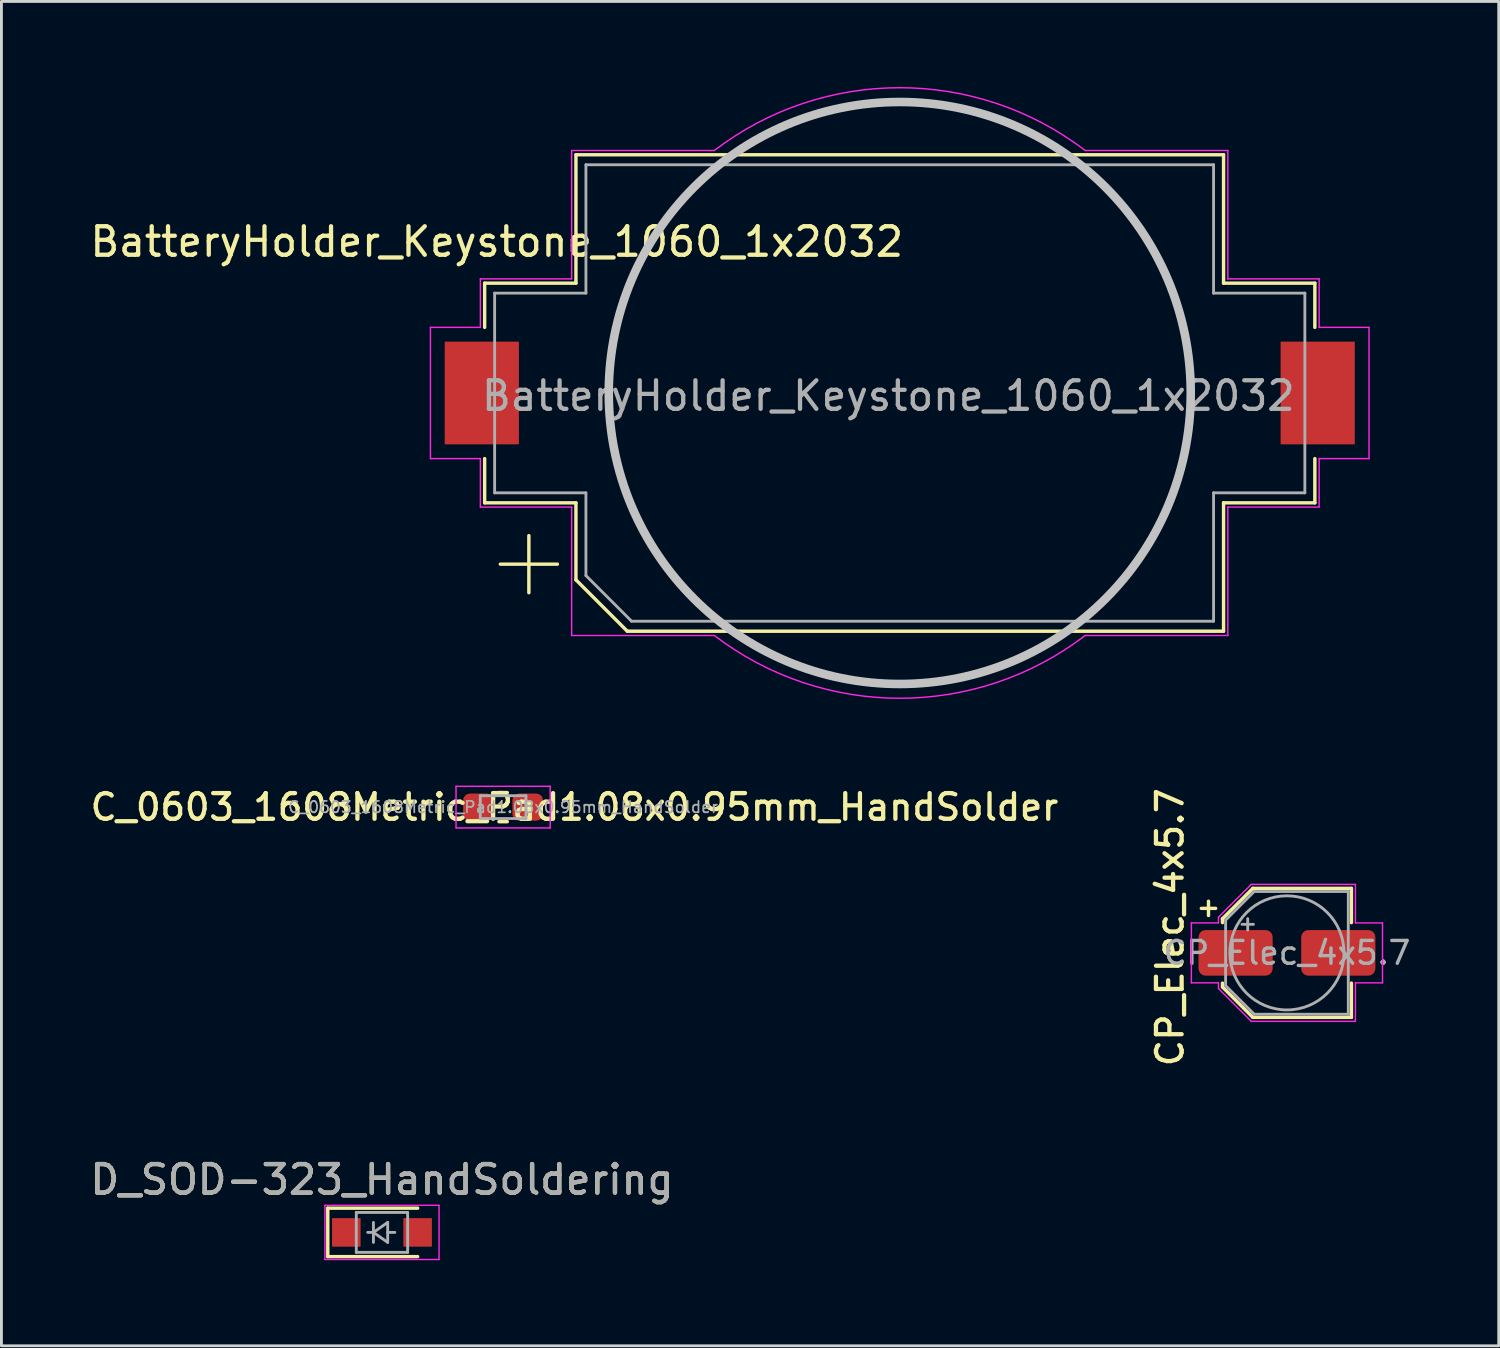
<source format=kicad_pcb>
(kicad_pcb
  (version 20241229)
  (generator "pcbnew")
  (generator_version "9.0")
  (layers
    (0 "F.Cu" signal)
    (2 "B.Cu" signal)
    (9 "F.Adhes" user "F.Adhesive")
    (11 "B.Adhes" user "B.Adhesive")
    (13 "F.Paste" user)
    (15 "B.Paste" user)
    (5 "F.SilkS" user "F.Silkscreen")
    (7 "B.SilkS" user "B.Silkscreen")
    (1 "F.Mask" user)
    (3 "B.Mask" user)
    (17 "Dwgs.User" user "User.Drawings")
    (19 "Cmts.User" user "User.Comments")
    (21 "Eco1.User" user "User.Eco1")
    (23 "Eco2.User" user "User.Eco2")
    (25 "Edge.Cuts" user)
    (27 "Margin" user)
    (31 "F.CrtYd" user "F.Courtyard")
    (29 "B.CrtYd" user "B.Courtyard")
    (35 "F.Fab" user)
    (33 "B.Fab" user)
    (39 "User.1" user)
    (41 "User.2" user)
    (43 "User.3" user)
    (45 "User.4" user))
  (footprint "BatteryHolder_Keystone_1060_1x2032"
    (layer "F.Cu")
    (at 28.488 10.725)
    (property "Reference" "BatteryHolder_Keystone_1060_1x2032" (at -14.125 -5.3 0) (layer "F.SilkS") (effects (font (size 1 1) (thickness 0.15))))
    (attr smd)
    (fp_line (start -14.55 -3.85) (end -14.55 -2.3) (stroke (width 0.12) (type solid)) (layer "F.SilkS"))
    (fp_line (start -14.55 3.85) (end -14.55 2.3) (stroke (width 0.12) (type solid)) (layer "F.SilkS"))
    (fp_line (start -13 5) (end -13 7) (stroke (width 0.12) (type solid)) (layer "F.SilkS"))
    (fp_line (start -12 6) (end -14 6) (stroke (width 0.12) (type solid)) (layer "F.SilkS"))
    (fp_line (start -11.35 -8.35) (end -11.35 -3.85) (stroke (width 0.12) (type solid)) (layer "F.SilkS"))
    (fp_line (start -11.35 -8.35) (end 11.35 -8.35) (stroke (width 0.12) (type solid)) (layer "F.SilkS"))
    (fp_line (start -11.35 -3.85) (end -14.55 -3.85) (stroke (width 0.12) (type solid)) (layer "F.SilkS"))
    (fp_line (start -11.35 3.85) (end -14.55 3.85) (stroke (width 0.12) (type solid)) (layer "F.SilkS"))
    (fp_line (start -11.35 6.55) (end -11.35 3.85) (stroke (width 0.12) (type solid)) (layer "F.SilkS"))
    (fp_line (start -9.55 8.35) (end -11.35 6.55) (stroke (width 0.12) (type solid)) (layer "F.SilkS"))
    (fp_line (start 11.35 -8.35) (end 11.35 -3.85) (stroke (width 0.12) (type solid)) (layer "F.SilkS"))
    (fp_line (start 11.35 -3.85) (end 14.55 -3.85) (stroke (width 0.12) (type solid)) (layer "F.SilkS"))
    (fp_line (start 11.35 3.85) (end 14.55 3.85) (stroke (width 0.12) (type solid)) (layer "F.SilkS"))
    (fp_line (start 11.35 8.35) (end -9.55 8.35) (stroke (width 0.12) (type solid)) (layer "F.SilkS"))
    (fp_line (start 11.35 8.35) (end 11.35 3.85) (stroke (width 0.12) (type solid)) (layer "F.SilkS"))
    (fp_line (start 14.55 -3.85) (end 14.55 -2.3) (stroke (width 0.12) (type solid)) (layer "F.SilkS"))
    (fp_line (start 14.55 3.85) (end 14.55 2.3) (stroke (width 0.12) (type solid)) (layer "F.SilkS"))
    (fp_circle (center 0 0) (end -10.2 0) (stroke (width 0.3) (type solid)) (fill no) (layer "Dwgs.User"))
    (fp_line (start -16.45 2.3) (end -16.45 -2.3) (stroke (width 0.05) (type solid)) (layer "F.CrtYd"))
    (fp_line (start -14.7 -4) (end -11.5 -4) (stroke (width 0.05) (type solid)) (layer "F.CrtYd"))
    (fp_line (start -14.7 -2.3) (end -16.45 -2.3) (stroke (width 0.05) (type solid)) (layer "F.CrtYd"))
    (fp_line (start -14.7 -2.3) (end -14.7 -4) (stroke (width 0.05) (type solid)) (layer "F.CrtYd"))
    (fp_line (start -14.7 2.3) (end -16.45 2.3) (stroke (width 0.05) (type solid)) (layer "F.CrtYd"))
    (fp_line (start -14.7 4) (end -14.7 2.3) (stroke (width 0.05) (type solid)) (layer "F.CrtYd"))
    (fp_line (start -14.7 4) (end -11.5 4) (stroke (width 0.05) (type solid)) (layer "F.CrtYd"))
    (fp_line (start -11.5 -8.5) (end -6.5 -8.5) (stroke (width 0.05) (type solid)) (layer "F.CrtYd"))
    (fp_line (start -11.5 -4) (end -11.5 -8.5) (stroke (width 0.05) (type solid)) (layer "F.CrtYd"))
    (fp_line (start -11.5 4) (end -11.5 8.5) (stroke (width 0.05) (type solid)) (layer "F.CrtYd"))
    (fp_line (start -6.5 8.5) (end -11.5 8.5) (stroke (width 0.05) (type solid)) (layer "F.CrtYd"))
    (fp_line (start 11.5 -8.5) (end 6.5 -8.5) (stroke (width 0.05) (type solid)) (layer "F.CrtYd"))
    (fp_line (start 11.5 -8.5) (end 11.5 -4) (stroke (width 0.05) (type solid)) (layer "F.CrtYd"))
    (fp_line (start 11.5 -4) (end 14.7 -4) (stroke (width 0.05) (type solid)) (layer "F.CrtYd"))
    (fp_line (start 11.5 4) (end 11.5 8.5) (stroke (width 0.05) (type solid)) (layer "F.CrtYd"))
    (fp_line (start 11.5 8.5) (end 6.5 8.5) (stroke (width 0.05) (type solid)) (layer "F.CrtYd"))
    (fp_line (start 14.7 -4) (end 14.7 -2.3) (stroke (width 0.05) (type solid)) (layer "F.CrtYd"))
    (fp_line (start 14.7 -2.3) (end 16.45 -2.3) (stroke (width 0.05) (type solid)) (layer "F.CrtYd"))
    (fp_line (start 14.7 2.3) (end 14.7 4) (stroke (width 0.05) (type solid)) (layer "F.CrtYd"))
    (fp_line (start 14.7 4) (end 11.5 4) (stroke (width 0.05) (type solid)) (layer "F.CrtYd"))
    (fp_line (start 16.45 -2.3) (end 16.45 2.3) (stroke (width 0.05) (type solid)) (layer "F.CrtYd"))
    (fp_line (start 16.45 2.3) (end 14.7 2.3) (stroke (width 0.05) (type solid)) (layer "F.CrtYd"))
    (fp_arc (start -6.499999 -8.5) (mid 0 -10.700467) (end 6.5 -8.5) (stroke (width 0.05) (type solid)) (layer "F.CrtYd"))
    (fp_arc (start 6.499999 8.5) (mid 0 10.700467) (end -6.5 8.5) (stroke (width 0.05) (type solid)) (layer "F.CrtYd"))
    (fp_line (start -14.2 -3.5) (end -11 -3.5) (stroke (width 0.1) (type solid)) (layer "F.Fab"))
    (fp_line (start -14.2 3.5) (end -14.2 -3.5) (stroke (width 0.1) (type solid)) (layer "F.Fab"))
    (fp_line (start -11 -8) (end -11 -3.5) (stroke (width 0.1) (type solid)) (layer "F.Fab"))
    (fp_line (start -11 3.5) (end -14.2 3.5) (stroke (width 0.1) (type solid)) (layer "F.Fab"))
    (fp_line (start -11 6.4) (end -11 3.5) (stroke (width 0.1) (type solid)) (layer "F.Fab"))
    (fp_line (start -9.4 8) (end -11 6.4) (stroke (width 0.1) (type solid)) (layer "F.Fab"))
    (fp_line (start 11 -8) (end -11 -8) (stroke (width 0.1) (type solid)) (layer "F.Fab"))
    (fp_line (start 11 -8) (end 11 -3.5) (stroke (width 0.1) (type solid)) (layer "F.Fab"))
    (fp_line (start 11 3.5) (end 14.2 3.5) (stroke (width 0.1) (type solid)) (layer "F.Fab"))
    (fp_line (start 11 8) (end -9.4 8) (stroke (width 0.1) (type solid)) (layer "F.Fab"))
    (fp_line (start 11 8) (end 11 3.5) (stroke (width 0.1) (type solid)) (layer "F.Fab"))
    (fp_line (start 14.2 -3.5) (end 11 -3.5) (stroke (width 0.1) (type solid)) (layer "F.Fab"))
    (fp_line (start 14.2 3.5) (end 14.2 -3.5) (stroke (width 0.1) (type solid)) (layer "F.Fab"))
    (fp_text user "${REFERENCE}" (at -0.4 0.1 0) (layer "F.Fab") (effects (font (size 1 1) (thickness 0.15))))
    (pad "1" smd rect (at -14.65 0) (size 2.6 3.6) (layers "F.Cu" "F.Mask" "F.Paste"))
    (pad "2" smd rect (at 14.65 0) (size 2.6 3.6) (layers "F.Cu" "F.Mask" "F.Paste")))
  (footprint "C_0603_1608Metric_Pad1.08x0.95mm_HandSolder"
    (layer "F.Cu")
    (at 14.585 25.241)
    (property "Reference" "C_0603_1608Metric_Pad1.08x0.95mm_HandSolder" (at 2.5 0 0) (layer "F.SilkS") (effects (font (size 0.9 0.9) (thickness 0.15))))
    (attr smd)
    (fp_line (start -0.146 -0.51) (end 0.146 -0.51) (stroke (width 0.12) (type solid)) (layer "F.SilkS"))
    (fp_line (start -0.146 0.51) (end 0.146 0.51) (stroke (width 0.12) (type solid)) (layer "F.SilkS"))
    (fp_line (start -1.65 -0.73) (end 1.65 -0.73) (stroke (width 0.05) (type solid)) (layer "F.CrtYd"))
    (fp_line (start -1.65 0.73) (end -1.65 -0.73) (stroke (width 0.05) (type solid)) (layer "F.CrtYd"))
    (fp_line (start 1.65 -0.73) (end 1.65 0.73) (stroke (width 0.05) (type solid)) (layer "F.CrtYd"))
    (fp_line (start 1.65 0.73) (end -1.65 0.73) (stroke (width 0.05) (type solid)) (layer "F.CrtYd"))
    (fp_line (start -0.8 -0.4) (end 0.8 -0.4) (stroke (width 0.1) (type solid)) (layer "F.Fab"))
    (fp_line (start -0.8 0.4) (end -0.8 -0.4) (stroke (width 0.1) (type solid)) (layer "F.Fab"))
    (fp_line (start 0.8 -0.4) (end 0.8 0.4) (stroke (width 0.1) (type solid)) (layer "F.Fab"))
    (fp_line (start 0.8 0.4) (end -0.8 0.4) (stroke (width 0.1) (type solid)) (layer "F.Fab"))
    (fp_text user "${REFERENCE}" (at 0 0 0) (layer "F.Fab") (effects (font (size 0.4 0.4) (thickness 0.06))))
    (pad "1" smd roundrect (at -0.863 0) (size 1.075 0.95) (layers "F.Cu" "F.Mask" "F.Paste") (roundrect_rratio 0.25))
    (pad "2" smd roundrect (at 0.863 0) (size 1.075 0.95) (layers "F.Cu" "F.Mask" "F.Paste") (roundrect_rratio 0.25)))
  (footprint "CP_Elec_4x5.7"
    (layer "F.Cu")
    (at 42.06 30.35)
    (property "Reference" "CP_Elec_4x5.7" (at -4.1 -0.9 270) (layer "F.SilkS") (effects (font (size 0.9 0.9) (thickness 0.15))))
    (attr smd)
    (fp_line (start -3 -1.56) (end -2.5 -1.56) (stroke (width 0.12) (type solid)) (layer "F.SilkS"))
    (fp_line (start -2.75 -1.81) (end -2.75 -1.31) (stroke (width 0.12) (type solid)) (layer "F.SilkS"))
    (fp_line (start -2.26 -1.196) (end -2.26 -1.06) (stroke (width 0.12) (type solid)) (layer "F.SilkS"))
    (fp_line (start -2.26 -1.196) (end -1.196 -2.26) (stroke (width 0.12) (type solid)) (layer "F.SilkS"))
    (fp_line (start -2.26 1.196) (end -2.26 1.06) (stroke (width 0.12) (type solid)) (layer "F.SilkS"))
    (fp_line (start -2.26 1.196) (end -1.196 2.26) (stroke (width 0.12) (type solid)) (layer "F.SilkS"))
    (fp_line (start -1.196 -2.26) (end 2.26 -2.26) (stroke (width 0.12) (type solid)) (layer "F.SilkS"))
    (fp_line (start -1.196 2.26) (end 2.26 2.26) (stroke (width 0.12) (type solid)) (layer "F.SilkS"))
    (fp_line (start 2.26 -2.26) (end 2.26 -1.06) (stroke (width 0.12) (type solid)) (layer "F.SilkS"))
    (fp_line (start 2.26 2.26) (end 2.26 1.06) (stroke (width 0.12) (type solid)) (layer "F.SilkS"))
    (fp_line (start -3.35 -1.05) (end -3.35 1.05) (stroke (width 0.05) (type solid)) (layer "F.CrtYd"))
    (fp_line (start -3.35 1.05) (end -2.4 1.05) (stroke (width 0.05) (type solid)) (layer "F.CrtYd"))
    (fp_line (start -2.4 -1.25) (end -2.4 -1.05) (stroke (width 0.05) (type solid)) (layer "F.CrtYd"))
    (fp_line (start -2.4 -1.25) (end -1.25 -2.4) (stroke (width 0.05) (type solid)) (layer "F.CrtYd"))
    (fp_line (start -2.4 -1.05) (end -3.35 -1.05) (stroke (width 0.05) (type solid)) (layer "F.CrtYd"))
    (fp_line (start -2.4 1.05) (end -2.4 1.25) (stroke (width 0.05) (type solid)) (layer "F.CrtYd"))
    (fp_line (start -2.4 1.25) (end -1.25 2.4) (stroke (width 0.05) (type solid)) (layer "F.CrtYd"))
    (fp_line (start -1.25 -2.4) (end 2.4 -2.4) (stroke (width 0.05) (type solid)) (layer "F.CrtYd"))
    (fp_line (start -1.25 2.4) (end 2.4 2.4) (stroke (width 0.05) (type solid)) (layer "F.CrtYd"))
    (fp_line (start 2.4 -2.4) (end 2.4 -1.05) (stroke (width 0.05) (type solid)) (layer "F.CrtYd"))
    (fp_line (start 2.4 -1.05) (end 3.35 -1.05) (stroke (width 0.05) (type solid)) (layer "F.CrtYd"))
    (fp_line (start 2.4 1.05) (end 2.4 2.4) (stroke (width 0.05) (type solid)) (layer "F.CrtYd"))
    (fp_line (start 3.35 -1.05) (end 3.35 1.05) (stroke (width 0.05) (type solid)) (layer "F.CrtYd"))
    (fp_line (start 3.35 1.05) (end 2.4 1.05) (stroke (width 0.05) (type solid)) (layer "F.CrtYd"))
    (fp_line (start -2.15 -1.15) (end -2.15 1.15) (stroke (width 0.1) (type solid)) (layer "F.Fab"))
    (fp_line (start -2.15 -1.15) (end -1.15 -2.15) (stroke (width 0.1) (type solid)) (layer "F.Fab"))
    (fp_line (start -2.15 1.15) (end -1.15 2.15) (stroke (width 0.1) (type solid)) (layer "F.Fab"))
    (fp_line (start -1.575 -1) (end -1.175 -1) (stroke (width 0.1) (type solid)) (layer "F.Fab"))
    (fp_line (start -1.375 -1.2) (end -1.375 -0.8) (stroke (width 0.1) (type solid)) (layer "F.Fab"))
    (fp_line (start -1.15 -2.15) (end 2.15 -2.15) (stroke (width 0.1) (type solid)) (layer "F.Fab"))
    (fp_line (start -1.15 2.15) (end 2.15 2.15) (stroke (width 0.1) (type solid)) (layer "F.Fab"))
    (fp_line (start 2.15 -2.15) (end 2.15 2.15) (stroke (width 0.1) (type solid)) (layer "F.Fab"))
    (fp_circle (center 0 0) (end 2 0) (stroke (width 0.1) (type solid)) (fill no) (layer "F.Fab"))
    (fp_text user "${REFERENCE}" (at 0 0 180) (layer "F.Fab") (effects (font (size 0.8 0.8) (thickness 0.12))))
    (pad "1" smd roundrect (at -1.8 0) (size 2.6 1.6) (layers "F.Cu" "F.Mask" "F.Paste") (roundrect_rratio 0.156))
    (pad "2" smd roundrect (at 1.8 0) (size 2.6 1.6) (layers "F.Cu" "F.Mask" "F.Paste") (roundrect_rratio 0.156)))
  (footprint "D_SOD-323_HandSoldering"
    (layer "F.Cu")
    (at 10.339 40.148)
    (property "Reference" "D_SOD-323_HandSoldering" (at 0 -1.85 0) (layer "F.SilkS") (effects (font (size 1 1) (thickness 0.15))))
    (attr smd)
    (fp_line (start -1.9 -0.85) (end -1.9 0.85) (stroke (width 0.12) (type solid)) (layer "F.SilkS"))
    (fp_line (start -1.9 -0.85) (end 1.25 -0.85) (stroke (width 0.12) (type solid)) (layer "F.SilkS"))
    (fp_line (start -1.9 0.85) (end 1.25 0.85) (stroke (width 0.12) (type solid)) (layer "F.SilkS"))
    (fp_line (start -2 -0.95) (end -2 0.95) (stroke (width 0.05) (type solid)) (layer "F.CrtYd"))
    (fp_line (start -2 -0.95) (end 2 -0.95) (stroke (width 0.05) (type solid)) (layer "F.CrtYd"))
    (fp_line (start -2 0.95) (end 2 0.95) (stroke (width 0.05) (type solid)) (layer "F.CrtYd"))
    (fp_line (start 2 -0.95) (end 2 0.95) (stroke (width 0.05) (type solid)) (layer "F.CrtYd"))
    (fp_line (start -0.9 -0.7) (end 0.9 -0.7) (stroke (width 0.1) (type solid)) (layer "F.Fab"))
    (fp_line (start -0.9 0.7) (end -0.9 -0.7) (stroke (width 0.1) (type solid)) (layer "F.Fab"))
    (fp_line (start -0.3 -0.35) (end -0.3 0.35) (stroke (width 0.1) (type solid)) (layer "F.Fab"))
    (fp_line (start -0.3 0) (end -0.5 0) (stroke (width 0.1) (type solid)) (layer "F.Fab"))
    (fp_line (start -0.3 0) (end 0.2 -0.35) (stroke (width 0.1) (type solid)) (layer "F.Fab"))
    (fp_line (start 0.2 -0.35) (end 0.2 0.35) (stroke (width 0.1) (type solid)) (layer "F.Fab"))
    (fp_line (start 0.2 0) (end 0.45 0) (stroke (width 0.1) (type solid)) (layer "F.Fab"))
    (fp_line (start 0.2 0.35) (end -0.3 0) (stroke (width 0.1) (type solid)) (layer "F.Fab"))
    (fp_line (start 0.9 -0.7) (end 0.9 0.7) (stroke (width 0.1) (type solid)) (layer "F.Fab"))
    (fp_line (start 0.9 0.7) (end -0.9 0.7) (stroke (width 0.1) (type solid)) (layer "F.Fab"))
    (fp_text user "${REFERENCE}" (at 0 -1.85 0) (layer "F.Fab") (effects (font (size 1 1) (thickness 0.15))))
    (pad "1" smd rect (at -1.25 0 180) (size 1 1) (layers "F.Cu" "F.Mask" "F.Paste"))
    (pad "2" smd rect (at 1.25 0 180) (size 1 1) (layers "F.Cu" "F.Mask" "F.Paste")))
  (gr_rect
    (start -3 -3)
    (end 49.484 44.123)
    (stroke (width 0.1) (type default))
    (fill no)
    (layer "Edge.Cuts")))
</source>
